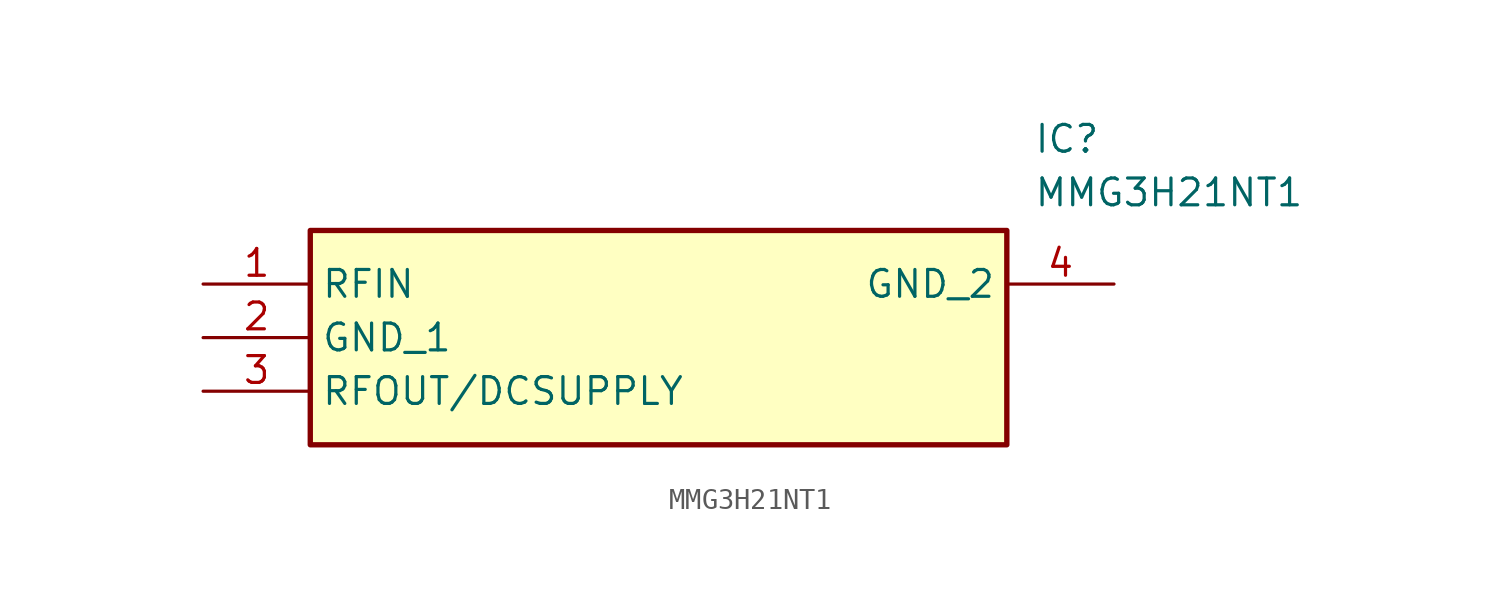
<source format=kicad_sym>
(kicad_symbol_lib
  (version 20211014)
  (generator SamacSys_ECAD_Model)
  (symbol "MMG3H21NT1"
    (property "Reference" "IC"
      (at 39.37 7.62 0)
      (effects (font (size 1.27 1.27)) (justify left top)))
    (property "Value" "MMG3H21NT1"
      (at 39.37 5.08 0)
      (effects (font (size 1.27 1.27)) (justify left top)))
    (rectangle
      (start 5.08 2.54)
      (end 38.1 -7.62)
      (stroke (width 0.254) (type default))
      (fill (type background)))
    (pin passive line
      (at 0 0 0)
      (length 5.08)
      (name "RFIN" (effects (font (size 1.27 1.27))))
      (number "1" (effects (font (size 1.27 1.27)))))
    (pin passive line
      (at 0 -2.54 0)
      (length 5.08)
      (name "GND_1" (effects (font (size 1.27 1.27))))
      (number "2" (effects (font (size 1.27 1.27)))))
    (pin passive line
      (at 0 -5.08 0)
      (length 5.08)
      (name "RFOUT/DCSUPPLY" (effects (font (size 1.27 1.27))))
      (number "3" (effects (font (size 1.27 1.27)))))
    (pin passive line
      (at 43.18 0 180)
      (length 5.08)
      (name "GND_2" (effects (font (size 1.27 1.27))))
      (number "4" (effects (font (size 1.27 1.27)))))))
</source>
